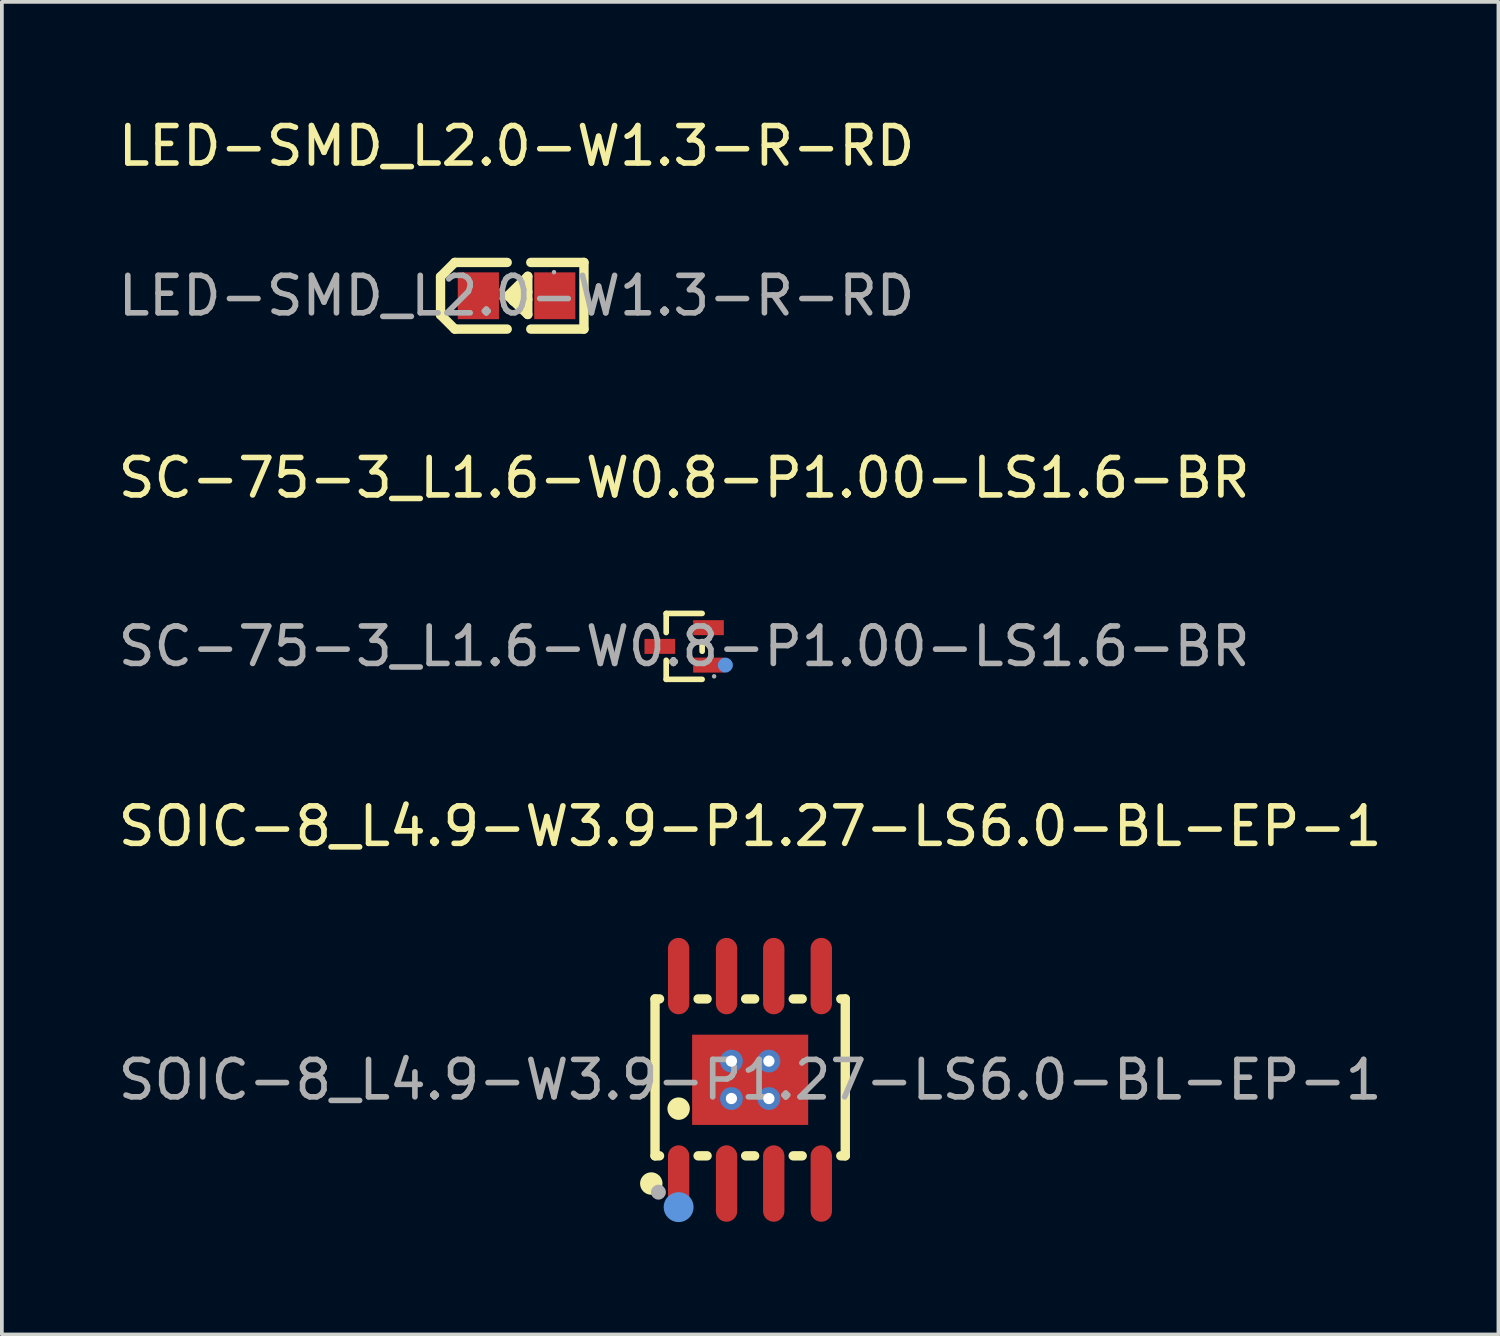
<source format=kicad_pcb>
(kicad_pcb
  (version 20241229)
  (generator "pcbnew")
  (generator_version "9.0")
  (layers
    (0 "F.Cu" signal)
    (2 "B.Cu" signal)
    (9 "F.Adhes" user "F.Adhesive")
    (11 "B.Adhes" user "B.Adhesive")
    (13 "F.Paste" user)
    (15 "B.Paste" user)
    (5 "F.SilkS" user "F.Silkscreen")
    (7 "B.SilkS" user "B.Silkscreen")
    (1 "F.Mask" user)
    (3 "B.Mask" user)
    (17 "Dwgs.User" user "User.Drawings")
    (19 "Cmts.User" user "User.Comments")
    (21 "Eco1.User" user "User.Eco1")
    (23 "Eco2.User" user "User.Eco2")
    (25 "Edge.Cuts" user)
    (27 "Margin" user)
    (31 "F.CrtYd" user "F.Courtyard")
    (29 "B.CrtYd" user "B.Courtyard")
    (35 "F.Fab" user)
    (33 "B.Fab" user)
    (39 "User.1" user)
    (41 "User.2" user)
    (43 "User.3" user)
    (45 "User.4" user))
  (footprint "SOIC-8_L4.9-W3.9-P1.27-LS6.0-BL-EP-1"
    (layer "F.Cu")
    (at 16.982 25.785)
    (property "Reference" "SOIC-8_L4.9-W3.9-P1.27-LS6.0-BL-EP-1" (at 0 -6.77 0) (layer "F.SilkS") (effects (font (size 1 1) (thickness 0.15))))
    (attr smd)
    (fp_line (start -2.54 -2.16) (end -2.54 2.03) (stroke (width 0.25) (type solid)) (layer "F.SilkS"))
    (fp_line (start -2.54 2.03) (end -2.42 2.03) (stroke (width 0.25) (type solid)) (layer "F.SilkS"))
    (fp_line (start -2.42 -2.16) (end -2.54 -2.16) (stroke (width 0.25) (type solid)) (layer "F.SilkS"))
    (fp_line (start -1.39 2.03) (end -1.15 2.03) (stroke (width 0.25) (type solid)) (layer "F.SilkS"))
    (fp_line (start -1.15 -2.16) (end -1.39 -2.16) (stroke (width 0.25) (type solid)) (layer "F.SilkS"))
    (fp_line (start -0.12 2.03) (end 0.12 2.03) (stroke (width 0.25) (type solid)) (layer "F.SilkS"))
    (fp_line (start 0.12 -2.16) (end -0.12 -2.16) (stroke (width 0.25) (type solid)) (layer "F.SilkS"))
    (fp_line (start 1.15 2.03) (end 1.39 2.03) (stroke (width 0.25) (type solid)) (layer "F.SilkS"))
    (fp_line (start 1.39 -2.16) (end 1.15 -2.16) (stroke (width 0.25) (type solid)) (layer "F.SilkS"))
    (fp_line (start 2.54 -2.16) (end 2.42 -2.16) (stroke (width 0.25) (type solid)) (layer "F.SilkS"))
    (fp_line (start 2.54 2.03) (end 2.42 2.03) (stroke (width 0.25) (type solid)) (layer "F.SilkS"))
    (fp_line (start 2.54 2.03) (end 2.54 -2.16) (stroke (width 0.25) (type solid)) (layer "F.SilkS"))
    (fp_circle (center -2.64 2.77) (end -2.49 2.77) (stroke (width 0.3) (type solid)) (fill no) (layer "F.SilkS"))
    (fp_circle (center -1.91 0.77) (end -1.76 0.77) (stroke (width 0.3) (type solid)) (fill no) (layer "F.SilkS"))
    (fp_circle (center -1.91 3.4) (end -1.71 3.4) (stroke (width 0.4) (type solid)) (fill no) (layer "Cmts.User"))
    (fp_circle (center -2.45 3) (end -2.35 3) (stroke (width 0.2) (type solid)) (fill no) (layer "F.Fab"))
    (fp_text user "${REFERENCE}" (at 0 0 0) (layer "F.Fab") (effects (font (size 1 1) (thickness 0.15))))
    (pad "" thru_hole circle (at -0.5 -0.5) (size 0.61 0.61) (drill 0.3) (layers "*.Cu" "*.Paste" "*.Mask"))
    (pad "" thru_hole circle (at -0.5 0.5) (size 0.61 0.61) (drill 0.3) (layers "*.Cu" "*.Paste" "*.Mask"))
    (pad "" thru_hole circle (at 0.5 -0.5) (size 0.61 0.61) (drill 0.3) (layers "*.Cu" "*.Paste" "*.Mask"))
    (pad "" thru_hole circle (at 0.5 0.5) (size 0.61 0.61) (drill 0.3) (layers "*.Cu" "*.Paste" "*.Mask"))
    (pad "1" smd oval (at -1.91 2.77) (size 0.57 2.04) (layers "F.Cu" "F.Mask" "F.Paste"))
    (pad "2" smd oval (at -0.63 2.77) (size 0.57 2.04) (layers "F.Cu" "F.Mask" "F.Paste"))
    (pad "3" smd oval (at 0.63 2.77) (size 0.57 2.04) (layers "F.Cu" "F.Mask" "F.Paste"))
    (pad "4" smd oval (at 1.9 2.77) (size 0.57 2.04) (layers "F.Cu" "F.Mask" "F.Paste"))
    (pad "5" smd oval (at 1.9 -2.77) (size 0.57 2.04) (layers "F.Cu" "F.Mask" "F.Paste"))
    (pad "6" smd oval (at 0.63 -2.77) (size 0.57 2.04) (layers "F.Cu" "F.Mask" "F.Paste"))
    (pad "7" smd oval (at -0.63 -2.77) (size 0.57 2.04) (layers "F.Cu" "F.Mask" "F.Paste"))
    (pad "8" smd oval (at -1.91 -2.77) (size 0.57 2.04) (layers "F.Cu" "F.Mask" "F.Paste"))
    (pad "9" smd rect (at 0 0) (size 3.1 2.41) (layers "F.Cu" "F.Mask" "F.Paste")))
  (footprint "LED-SMD_L2.0-W1.3-R-RD"
    (layer "F.Cu")
    (at 10.744 4.848)
    (property "Reference" "LED-SMD_L2.0-W1.3-R-RD" (at 0 -4 0) (layer "F.SilkS") (effects (font (size 1 1) (thickness 0.15))))
    (attr smd)
    (fp_line (start -2.03 -0.51) (end -1.65 -0.89) (stroke (width 0.25) (type solid)) (layer "F.SilkS"))
    (fp_line (start -2.03 0.51) (end -2.03 -0.51) (stroke (width 0.25) (type solid)) (layer "F.SilkS"))
    (fp_line (start -1.65 0.89) (end -2.03 0.51) (stroke (width 0.25) (type solid)) (layer "F.SilkS"))
    (fp_line (start -0.25 -0.89) (end -1.65 -0.89) (stroke (width 0.25) (type solid)) (layer "F.SilkS"))
    (fp_line (start -0.25 0.89) (end -1.65 0.89) (stroke (width 0.25) (type solid)) (layer "F.SilkS"))
    (fp_line (start -0.23 0) (end 0.3 0.5) (stroke (width 0.25) (type solid)) (layer "F.SilkS"))
    (fp_line (start -0.09 0.14) (end 0.3 0.1) (stroke (width 0.25) (type solid)) (layer "F.SilkS"))
    (fp_line (start 0.3 -0.52) (end -0.23 0) (stroke (width 0.25) (type solid)) (layer "F.SilkS"))
    (fp_line (start 0.3 -0.1) (end -0.06 -0.1) (stroke (width 0.25) (type solid)) (layer "F.SilkS"))
    (fp_line (start 0.3 0.5) (end 0.3 -0.52) (stroke (width 0.25) (type solid)) (layer "F.SilkS"))
    (fp_line (start 0.38 -0.89) (end 1.8 -0.89) (stroke (width 0.25) (type solid)) (layer "F.SilkS"))
    (fp_line (start 1.8 -0.89) (end 1.8 0.89) (stroke (width 0.25) (type solid)) (layer "F.SilkS"))
    (fp_line (start 1.8 0.89) (end 0.38 0.89) (stroke (width 0.25) (type solid)) (layer "F.SilkS"))
    (fp_circle (center 1 -0.63) (end 1.03 -0.63) (stroke (width 0.06) (type solid)) (fill no) (layer "F.Fab"))
    (fp_text user "${REFERENCE}" (at 0 0 0) (layer "F.Fab") (effects (font (size 1 1) (thickness 0.15))))
    (pad "1" smd rect (at 1.02 0) (size 1.1 1.25) (layers "F.Cu" "F.Mask" "F.Paste"))
    (pad "2" smd rect (at -1.02 0) (size 1.1 1.25) (layers "F.Cu" "F.Mask" "F.Paste")))
  (footprint "SC-75-3_L1.6-W0.8-P1.00-LS1.6-BR"
    (layer "F.Cu")
    (at 15.22 14.211)
    (property "Reference" "SC-75-3_L1.6-W0.8-P1.00-LS1.6-BR" (at 0 -4.5 0) (layer "F.SilkS") (effects (font (size 1 1) (thickness 0.15))))
    (attr smd)
    (fp_line (start -0.48 -0.88) (end -0.48 -0.37) (stroke (width 0.15) (type solid)) (layer "F.SilkS"))
    (fp_line (start -0.48 0.88) (end -0.48 0.37) (stroke (width 0.15) (type solid)) (layer "F.SilkS"))
    (fp_line (start 0.48 -0.88) (end -0.48 -0.88) (stroke (width 0.15) (type solid)) (layer "F.SilkS"))
    (fp_line (start 0.48 -0.13) (end 0.48 0.13) (stroke (width 0.15) (type solid)) (layer "F.SilkS"))
    (fp_line (start 0.48 0.88) (end -0.48 0.88) (stroke (width 0.15) (type solid)) (layer "F.SilkS"))
    (fp_circle (center 1.1 0.5) (end 1.2 0.5) (stroke (width 0.2) (type solid)) (fill no) (layer "Cmts.User"))
    (fp_circle (center 0.8 0.8) (end 0.83 0.8) (stroke (width 0.06) (type solid)) (fill no) (layer "F.Fab"))
    (fp_text user "${REFERENCE}" (at 0 0 0) (layer "F.Fab") (effects (font (size 1 1) (thickness 0.15))))
    (pad "1" smd rect (at 0.65 0.5) (size 0.82 0.4) (layers "F.Cu" "F.Mask" "F.Paste"))
    (pad "2" smd rect (at 0.65 -0.5) (size 0.82 0.4) (layers "F.Cu" "F.Mask" "F.Paste"))
    (pad "3" smd rect (at -0.65 0) (size 0.82 0.4) (layers "F.Cu" "F.Mask" "F.Paste")))
  (gr_rect
    (start -3 -3)
    (end 36.964 32.585)
    (stroke (width 0.1) (type default))
    (fill no)
    (layer "Edge.Cuts")))
</source>
